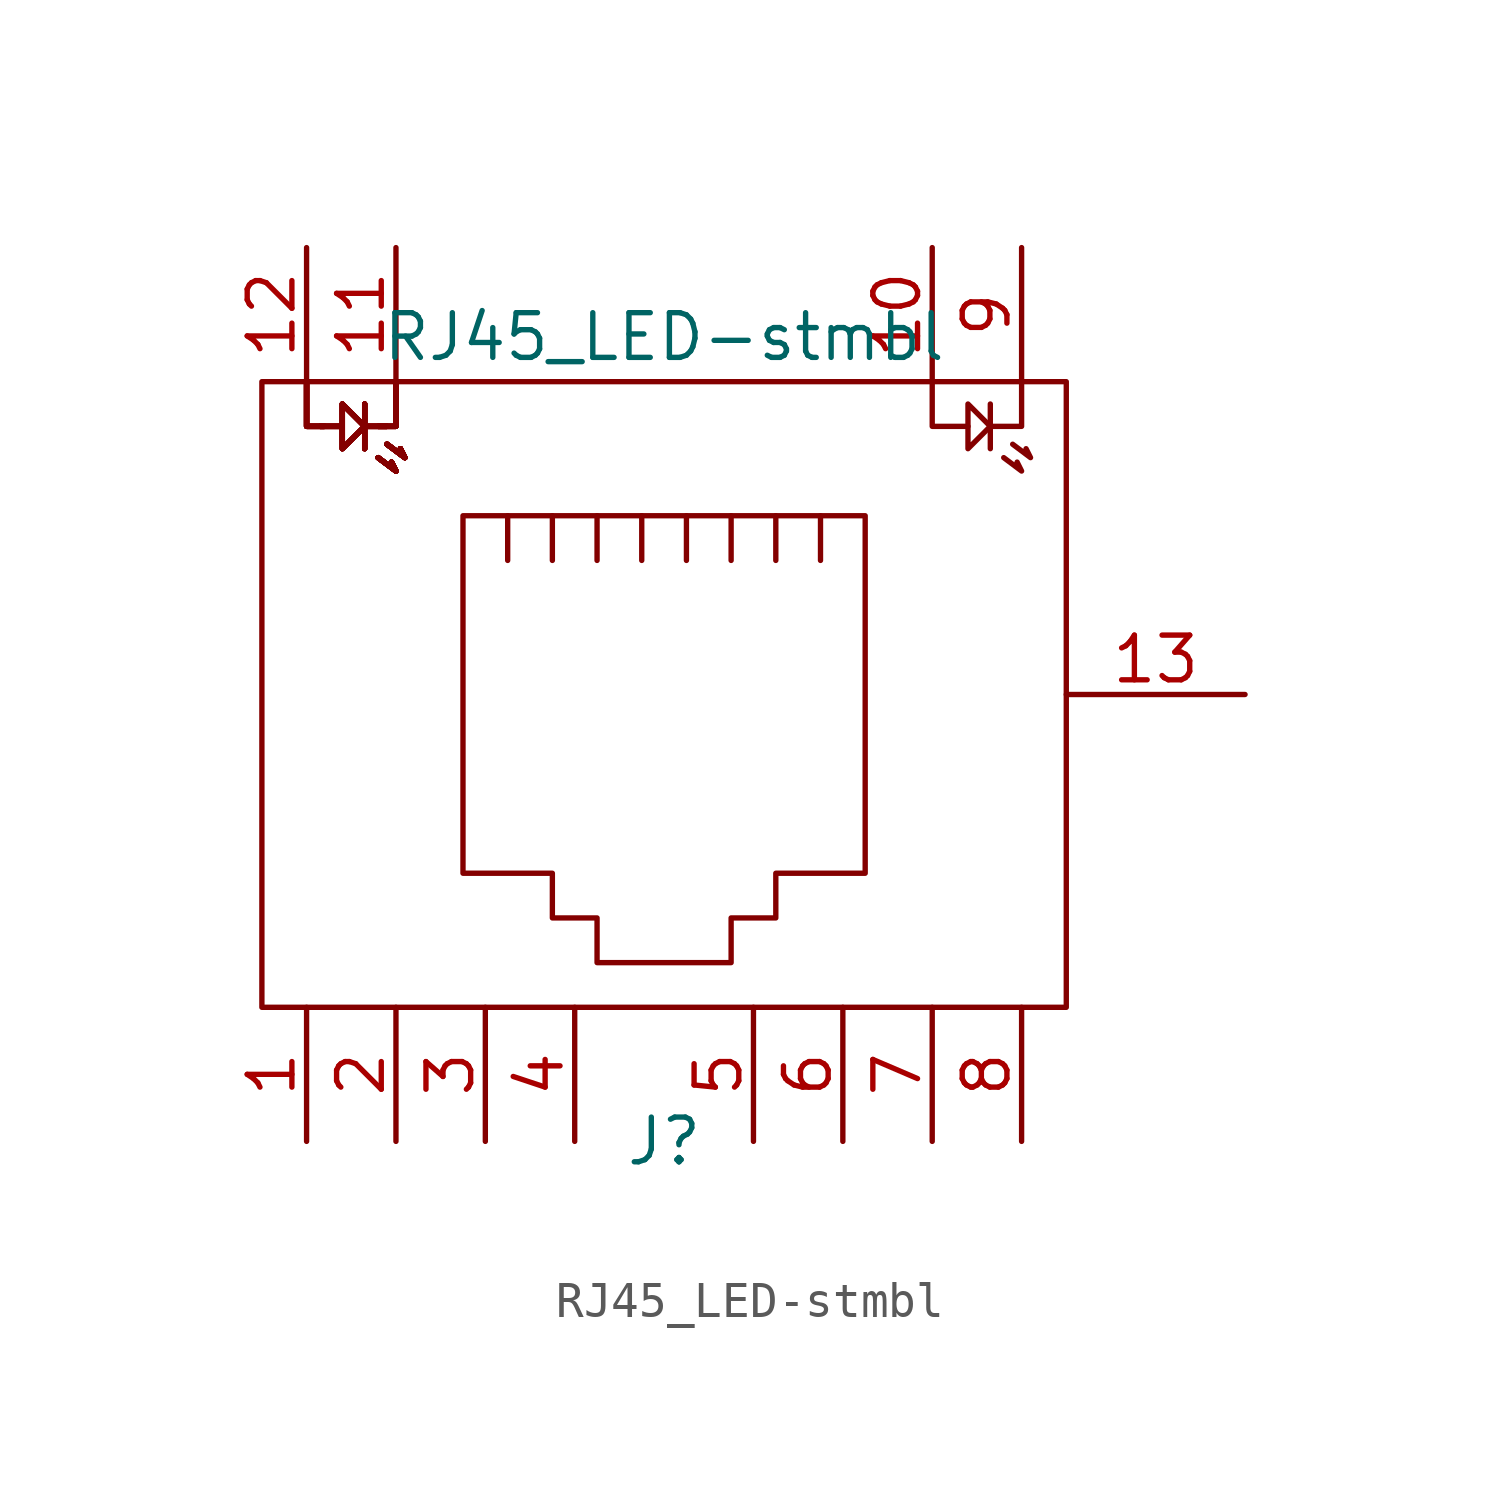
<source format=kicad_sym>
(kicad_symbol_lib
  (version 20211014)
  (generator kicad_symbol_editor)
  (symbol "RJ45_LED-stmbl"
    (pin_names
      (offset 1.016))
    (property "Reference" "J"
      (at 0 -12.7 0)
      (effects (font (size 1.27 1.27))))
    (property "Value" "RJ45_LED-stmbl"
      (at 0 10.16 0)
      (effects (font (size 1.27 1.27))))
    (property "Footprint" ""
      (at 0 -1.27 0)
      (effects (font (size 1.524 1.524))))
    (property "Datasheet" ""
      (at 0 -1.27 0)
      (effects (font (size 1.524 1.524))))
    (symbol "RJ45_LED-stmbl_0_1"
      (rectangle (start -11.43 -8.89) (end 11.43 8.89) (stroke (width 0) (type default) (color 0 0 0 0)) (fill (type none)))
      (polyline (pts (xy 9.271 8.255) (xy 9.271 6.985)) (stroke (width 0) (type default) (color 0 0 0 0)) (fill (type none)))
      (polyline (pts (xy -10.16 8.89) (xy -10.16 7.62) (xy -9.652 7.62)) (stroke (width 0) (type default) (color 0 0 0 0)) (fill (type none)))
      (polyline (pts (xy -10.16 8.89) (xy -10.16 7.62) (xy -9.652 7.62)) (stroke (width 0) (type default) (color 0 0 0 0)) (fill (type none)))
      (polyline (pts (xy -10.16 8.89) (xy -10.16 7.62) (xy -9.652 7.62)) (stroke (width 0) (type default) (color 0 0 0 0)) (fill (type none)))
      (polyline (pts (xy -10.16 8.89) (xy -10.16 7.62) (xy -9.652 7.62)) (stroke (width 0) (type default) (color 0 0 0 0)) (fill (type none)))
      (polyline (pts (xy -10.16 8.89) (xy -10.16 7.62) (xy -9.652 7.62)) (stroke (width 0) (type default) (color 0 0 0 0)) (fill (type none)))
      (polyline (pts (xy -10.16 8.89) (xy -10.16 7.62) (xy -9.652 7.62)) (stroke (width 0) (type default) (color 0 0 0 0)) (fill (type none)))
      (polyline (pts (xy -10.16 8.89) (xy -10.16 7.62) (xy -9.652 7.62)) (stroke (width 0) (type default) (color 0 0 0 0)) (fill (type none)))
      (polyline (pts (xy -10.16 8.89) (xy -10.16 7.62) (xy -9.652 7.62)) (stroke (width 0) (type default) (color 0 0 0 0)) (fill (type none)))
      (polyline (pts (xy -8.128 6.731) (xy -7.62 6.35) (xy -7.747 6.604)) (stroke (width 0) (type default) (color 0 0 0 0)) (fill (type none)))
      (polyline (pts (xy -8.128 6.731) (xy -7.62 6.35) (xy -7.747 6.604)) (stroke (width 0) (type default) (color 0 0 0 0)) (fill (type none)))
      (polyline (pts (xy -8.128 6.731) (xy -7.62 6.35) (xy -7.747 6.604)) (stroke (width 0) (type default) (color 0 0 0 0)) (fill (type none)))
      (polyline (pts (xy -8.128 6.731) (xy -7.62 6.35) (xy -7.747 6.604)) (stroke (width 0) (type default) (color 0 0 0 0)) (fill (type none)))
      (polyline (pts (xy -8.128 6.731) (xy -7.62 6.35) (xy -7.747 6.604)) (stroke (width 0) (type default) (color 0 0 0 0)) (fill (type none)))
      (polyline (pts (xy -8.128 6.731) (xy -7.62 6.35) (xy -7.747 6.604)) (stroke (width 0) (type default) (color 0 0 0 0)) (fill (type none)))
      (polyline (pts (xy -8.128 6.731) (xy -7.62 6.35) (xy -7.747 6.604)) (stroke (width 0) (type default) (color 0 0 0 0)) (fill (type none)))
      (polyline (pts (xy -8.128 6.731) (xy -7.62 6.35) (xy -7.747 6.604)) (stroke (width 0) (type default) (color 0 0 0 0)) (fill (type none)))
      (polyline (pts (xy -8.128 6.731) (xy -7.62 6.35) (xy -7.747 6.604)) (stroke (width 0) (type default) (color 0 0 0 0)) (fill (type none)))
      (polyline (pts (xy -8.128 6.731) (xy -7.62 6.35) (xy -7.747 6.604)) (stroke (width 0) (type default) (color 0 0 0 0)) (fill (type none)))
      (polyline (pts (xy -8.128 6.731) (xy -7.62 6.35) (xy -7.747 6.604)) (stroke (width 0) (type default) (color 0 0 0 0)) (fill (type none)))
      (polyline (pts (xy -8.128 6.731) (xy -7.62 6.35) (xy -7.747 6.604)) (stroke (width 0) (type default) (color 0 0 0 0)) (fill (type none)))
      (polyline (pts (xy -8.128 6.731) (xy -7.62 6.35) (xy -7.747 6.604)) (stroke (width 0) (type default) (color 0 0 0 0)) (fill (type none)))
      (polyline (pts (xy -8.128 6.731) (xy -7.62 6.35) (xy -7.747 6.604)) (stroke (width 0) (type default) (color 0 0 0 0)) (fill (type none)))
      (polyline (pts (xy -8.128 6.731) (xy -7.62 6.35) (xy -7.747 6.604)) (stroke (width 0) (type default) (color 0 0 0 0)) (fill (type none)))
      (polyline (pts (xy -8.128 6.731) (xy -7.62 6.35) (xy -7.747 6.604)) (stroke (width 0) (type default) (color 0 0 0 0)) (fill (type none)))
      (polyline (pts (xy -7.874 7.112) (xy -7.366 6.731) (xy -7.493 6.985)) (stroke (width 0) (type default) (color 0 0 0 0)) (fill (type none)))
      (polyline (pts (xy -7.874 7.112) (xy -7.366 6.731) (xy -7.493 6.985)) (stroke (width 0) (type default) (color 0 0 0 0)) (fill (type none)))
      (polyline (pts (xy -7.874 7.112) (xy -7.366 6.731) (xy -7.493 6.985)) (stroke (width 0) (type default) (color 0 0 0 0)) (fill (type none)))
      (polyline (pts (xy -7.874 7.112) (xy -7.366 6.731) (xy -7.493 6.985)) (stroke (width 0) (type default) (color 0 0 0 0)) (fill (type none)))
      (polyline (pts (xy -7.874 7.112) (xy -7.366 6.731) (xy -7.493 6.985)) (stroke (width 0) (type default) (color 0 0 0 0)) (fill (type none)))
      (polyline (pts (xy -7.874 7.112) (xy -7.366 6.731) (xy -7.493 6.985)) (stroke (width 0) (type default) (color 0 0 0 0)) (fill (type none)))
      (polyline (pts (xy -7.874 7.112) (xy -7.366 6.731) (xy -7.493 6.985)) (stroke (width 0) (type default) (color 0 0 0 0)) (fill (type none)))
      (polyline (pts (xy -7.874 7.112) (xy -7.366 6.731) (xy -7.493 6.985)) (stroke (width 0) (type default) (color 0 0 0 0)) (fill (type none)))
      (polyline (pts (xy -7.874 7.112) (xy -7.366 6.731) (xy -7.493 6.985)) (stroke (width 0) (type default) (color 0 0 0 0)) (fill (type none)))
      (polyline (pts (xy -7.874 7.112) (xy -7.366 6.731) (xy -7.493 6.985)) (stroke (width 0) (type default) (color 0 0 0 0)) (fill (type none)))
      (polyline (pts (xy -7.874 7.112) (xy -7.366 6.731) (xy -7.493 6.985)) (stroke (width 0) (type default) (color 0 0 0 0)) (fill (type none)))
      (polyline (pts (xy -7.874 7.112) (xy -7.366 6.731) (xy -7.493 6.985)) (stroke (width 0) (type default) (color 0 0 0 0)) (fill (type none)))
      (polyline (pts (xy -7.874 7.112) (xy -7.366 6.731) (xy -7.493 6.985)) (stroke (width 0) (type default) (color 0 0 0 0)) (fill (type none)))
      (polyline (pts (xy -7.874 7.112) (xy -7.366 6.731) (xy -7.493 6.985)) (stroke (width 0) (type default) (color 0 0 0 0)) (fill (type none)))
      (polyline (pts (xy -7.874 7.112) (xy -7.366 6.731) (xy -7.493 6.985)) (stroke (width 0) (type default) (color 0 0 0 0)) (fill (type none)))
      (polyline (pts (xy -7.874 7.112) (xy -7.366 6.731) (xy -7.493 6.985)) (stroke (width 0) (type default) (color 0 0 0 0)) (fill (type none)))
      (polyline (pts (xy -7.62 8.89) (xy -7.62 7.62) (xy -8.128 7.62)) (stroke (width 0) (type default) (color 0 0 0 0)) (fill (type none)))
      (polyline (pts (xy -7.62 8.89) (xy -7.62 7.62) (xy -8.128 7.62)) (stroke (width 0) (type default) (color 0 0 0 0)) (fill (type none)))
      (polyline (pts (xy -7.62 8.89) (xy -7.62 7.62) (xy -8.128 7.62)) (stroke (width 0) (type default) (color 0 0 0 0)) (fill (type none)))
      (polyline (pts (xy -7.62 8.89) (xy -7.62 7.62) (xy -8.128 7.62)) (stroke (width 0) (type default) (color 0 0 0 0)) (fill (type none)))
      (polyline (pts (xy -7.62 8.89) (xy -7.62 7.62) (xy -8.128 7.62)) (stroke (width 0) (type default) (color 0 0 0 0)) (fill (type none)))
      (polyline (pts (xy -7.62 8.89) (xy -7.62 7.62) (xy -8.128 7.62)) (stroke (width 0) (type default) (color 0 0 0 0)) (fill (type none)))
      (polyline (pts (xy -7.62 8.89) (xy -7.62 7.62) (xy -8.128 7.62)) (stroke (width 0) (type default) (color 0 0 0 0)) (fill (type none)))
      (polyline (pts (xy -7.62 8.89) (xy -7.62 7.62) (xy -8.128 7.62)) (stroke (width 0) (type default) (color 0 0 0 0)) (fill (type none)))
      (polyline (pts (xy -4.445 3.81) (xy -4.445 5.08) (xy -4.445 5.08)) (stroke (width 0) (type default) (color 0 0 0 0)) (fill (type none)))
      (polyline (pts (xy -3.175 5.08) (xy -3.175 3.81) (xy -3.175 3.81)) (stroke (width 0) (type default) (color 0 0 0 0)) (fill (type none)))
      (polyline (pts (xy -1.905 5.08) (xy -1.905 3.81) (xy -1.905 3.81)) (stroke (width 0) (type default) (color 0 0 0 0)) (fill (type none)))
      (polyline (pts (xy -0.635 5.08) (xy -0.635 3.81) (xy -0.635 3.81)) (stroke (width 0) (type default) (color 0 0 0 0)) (fill (type none)))
      (polyline (pts (xy 0.635 5.08) (xy 0.635 3.81) (xy 0.635 3.81)) (stroke (width 0) (type default) (color 0 0 0 0)) (fill (type none)))
      (polyline (pts (xy 1.905 5.08) (xy 1.905 3.81) (xy 1.905 3.81)) (stroke (width 0) (type default) (color 0 0 0 0)) (fill (type none)))
      (polyline (pts (xy 3.175 3.81) (xy 3.175 5.08) (xy 3.175 5.08)) (stroke (width 0) (type default) (color 0 0 0 0)) (fill (type none)))
      (polyline (pts (xy 4.445 3.81) (xy 4.445 5.08) (xy 4.445 5.08)) (stroke (width 0) (type default) (color 0 0 0 0)) (fill (type none)))
      (polyline (pts (xy 7.62 8.89) (xy 7.62 7.62) (xy 8.636 7.62)) (stroke (width 0) (type default) (color 0 0 0 0)) (fill (type none)))
      (polyline (pts (xy 9.271 7.62) (xy 10.16 7.62) (xy 10.16 8.89)) (stroke (width 0) (type default) (color 0 0 0 0)) (fill (type none)))
      (polyline (pts (xy 9.652 6.731) (xy 10.16 6.35) (xy 10.033 6.604)) (stroke (width 0) (type default) (color 0 0 0 0)) (fill (type none)))
      (polyline (pts (xy 9.906 7.112) (xy 10.414 6.731) (xy 10.287 6.985)) (stroke (width 0) (type default) (color 0 0 0 0)) (fill (type none)))
      (polyline (pts (xy -8.509 8.255) (xy -8.509 6.985) (xy -8.509 7.62) (xy -7.874 7.62)) (stroke (width 0) (type default) (color 0 0 0 0)) (fill (type none)))
      (polyline (pts (xy -8.509 8.255) (xy -8.509 6.985) (xy -8.509 7.62) (xy -7.874 7.62)) (stroke (width 0) (type default) (color 0 0 0 0)) (fill (type none)))
      (polyline (pts (xy -8.509 8.255) (xy -8.509 6.985) (xy -8.509 7.62) (xy -7.874 7.62)) (stroke (width 0) (type default) (color 0 0 0 0)) (fill (type none)))
      (polyline (pts (xy -8.509 8.255) (xy -8.509 6.985) (xy -8.509 7.62) (xy -7.874 7.62)) (stroke (width 0) (type default) (color 0 0 0 0)) (fill (type none)))
      (polyline (pts (xy -8.509 8.255) (xy -8.509 6.985) (xy -8.509 7.62) (xy -7.874 7.62)) (stroke (width 0) (type default) (color 0 0 0 0)) (fill (type none)))
      (polyline (pts (xy -8.509 8.255) (xy -8.509 6.985) (xy -8.509 7.62) (xy -7.874 7.62)) (stroke (width 0) (type default) (color 0 0 0 0)) (fill (type none)))
      (polyline (pts (xy -8.509 8.255) (xy -8.509 6.985) (xy -8.509 7.62) (xy -7.874 7.62)) (stroke (width 0) (type default) (color 0 0 0 0)) (fill (type none)))
      (polyline (pts (xy -8.509 8.255) (xy -8.509 6.985) (xy -8.509 7.62) (xy -7.874 7.62)) (stroke (width 0) (type default) (color 0 0 0 0)) (fill (type none)))
      (polyline (pts (xy 8.636 7.62) (xy 8.636 8.255) (xy 9.271 7.62) (xy 8.636 6.985) (xy 8.636 7.62)) (stroke (width 0) (type default) (color 0 0 0 0)) (fill (type none)))
      (polyline (pts (xy -9.779 7.62) (xy -9.144 7.62) (xy -9.144 8.255) (xy -8.509 7.62) (xy -9.144 6.985) (xy -9.144 7.62)) (stroke (width 0) (type default) (color 0 0 0 0)) (fill (type none)))
      (polyline (pts (xy -9.779 7.62) (xy -9.144 7.62) (xy -9.144 8.255) (xy -8.509 7.62) (xy -9.144 6.985) (xy -9.144 7.62)) (stroke (width 0) (type default) (color 0 0 0 0)) (fill (type none)))
      (polyline (pts (xy -9.779 7.62) (xy -9.144 7.62) (xy -9.144 8.255) (xy -8.509 7.62) (xy -9.144 6.985) (xy -9.144 7.62)) (stroke (width 0) (type default) (color 0 0 0 0)) (fill (type none)))
      (polyline (pts (xy -9.779 7.62) (xy -9.144 7.62) (xy -9.144 8.255) (xy -8.509 7.62) (xy -9.144 6.985) (xy -9.144 7.62)) (stroke (width 0) (type default) (color 0 0 0 0)) (fill (type none)))
      (polyline (pts (xy -9.779 7.62) (xy -9.144 7.62) (xy -9.144 8.255) (xy -8.509 7.62) (xy -9.144 6.985) (xy -9.144 7.62)) (stroke (width 0) (type default) (color 0 0 0 0)) (fill (type none)))
      (polyline (pts (xy -9.779 7.62) (xy -9.144 7.62) (xy -9.144 8.255) (xy -8.509 7.62) (xy -9.144 6.985) (xy -9.144 7.62)) (stroke (width 0) (type default) (color 0 0 0 0)) (fill (type none)))
      (polyline (pts (xy -9.779 7.62) (xy -9.144 7.62) (xy -9.144 8.255) (xy -8.509 7.62) (xy -9.144 6.985) (xy -9.144 7.62)) (stroke (width 0) (type default) (color 0 0 0 0)) (fill (type none)))
      (polyline (pts (xy -9.779 7.62) (xy -9.144 7.62) (xy -9.144 8.255) (xy -8.509 7.62) (xy -9.144 6.985) (xy -9.144 7.62)) (stroke (width 0) (type default) (color 0 0 0 0)) (fill (type none)))
      (polyline (pts (xy -5.715 5.08) (xy 5.715 5.08) (xy 5.715 -5.08) (xy 3.175 -5.08) (xy 3.175 -6.35) (xy 1.905 -6.35) (xy 1.905 -7.62) (xy -1.905 -7.62) (xy -1.905 -6.35) (xy -3.175 -6.35) (xy -3.175 -5.08) (xy -5.715 -5.08) (xy -5.715 5.08) (xy -5.715 5.08)) (stroke (width 0) (type default) (color 0 0 0 0)) (fill (type none))))
    (symbol "RJ45_LED-stmbl_1_1"
      (pin passive line (at -10.16 -12.7 90) (length 3.81) (name "~" (effects (font (size 1.27 1.27)))) (number "1" (effects (font (size 1.27 1.27)))))
      (pin passive line (at 7.62 12.7 270) (length 3.81) (name "~" (effects (font (size 1.27 1.27)))) (number "10" (effects (font (size 1.27 1.27)))))
      (pin passive line (at -7.62 12.7 270) (length 3.81) (name "~" (effects (font (size 1.27 1.27)))) (number "11" (effects (font (size 1.27 1.27)))))
      (pin passive line (at -10.16 12.7 270) (length 3.81) (name "~" (effects (font (size 1.27 1.27)))) (number "12" (effects (font (size 1.27 1.27)))))
      (pin passive line (at 16.51 0 180) (length 5.08) (name "~" (effects (font (size 1.27 1.27)))) (number "13" (effects (font (size 1.27 1.27)))))
      (pin passive line (at -7.62 -12.7 90) (length 3.81) (name "~" (effects (font (size 1.27 1.27)))) (number "2" (effects (font (size 1.27 1.27)))))
      (pin passive line (at -5.08 -12.7 90) (length 3.81) (name "~" (effects (font (size 1.27 1.27)))) (number "3" (effects (font (size 1.27 1.27)))))
      (pin passive line (at -2.54 -12.7 90) (length 3.81) (name "~" (effects (font (size 1.27 1.27)))) (number "4" (effects (font (size 1.27 1.27)))))
      (pin passive line (at 2.54 -12.7 90) (length 3.81) (name "~" (effects (font (size 1.27 1.27)))) (number "5" (effects (font (size 1.27 1.27)))))
      (pin passive line (at 5.08 -12.7 90) (length 3.81) (name "~" (effects (font (size 1.27 1.27)))) (number "6" (effects (font (size 1.27 1.27)))))
      (pin passive line (at 7.62 -12.7 90) (length 3.81) (name "~" (effects (font (size 1.27 1.27)))) (number "7" (effects (font (size 1.27 1.27)))))
      (pin passive line (at 10.16 -12.7 90) (length 3.81) (name "~" (effects (font (size 1.27 1.27)))) (number "8" (effects (font (size 1.27 1.27)))))
      (pin passive line (at 10.16 12.7 270) (length 3.81) (name "~" (effects (font (size 1.27 1.27)))) (number "9" (effects (font (size 1.27 1.27))))))))
</source>
